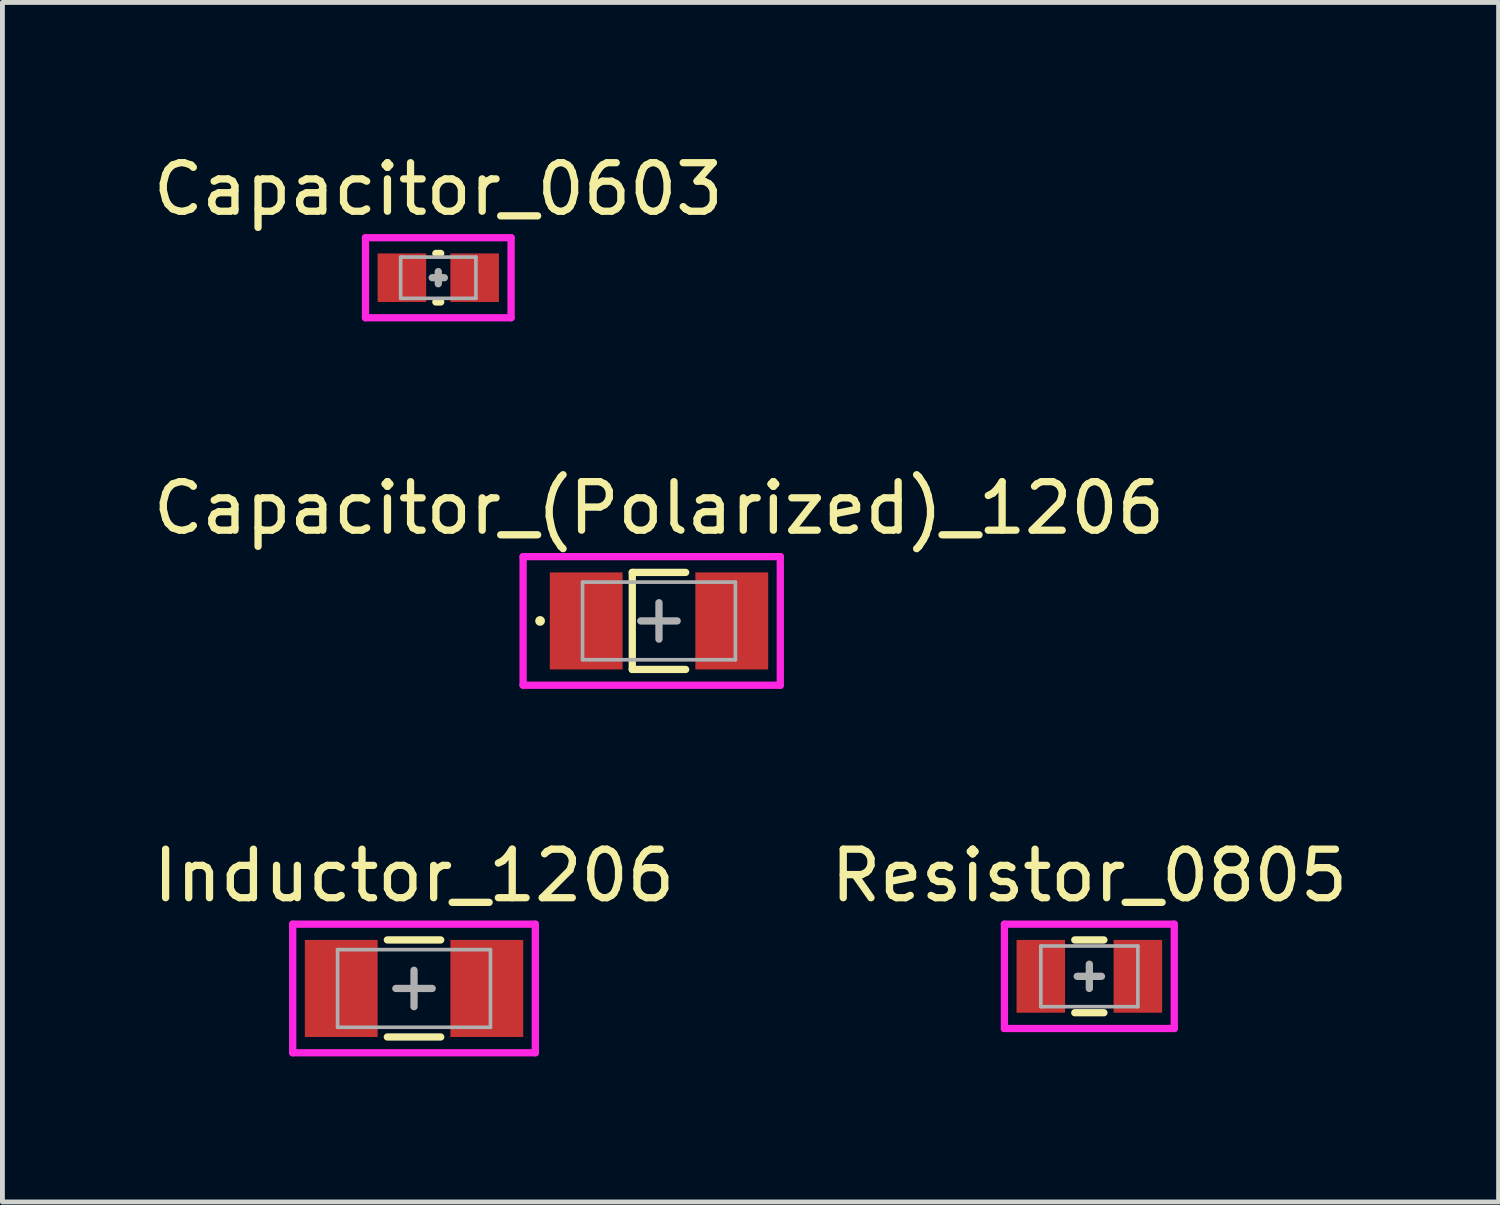
<source format=kicad_pcb>
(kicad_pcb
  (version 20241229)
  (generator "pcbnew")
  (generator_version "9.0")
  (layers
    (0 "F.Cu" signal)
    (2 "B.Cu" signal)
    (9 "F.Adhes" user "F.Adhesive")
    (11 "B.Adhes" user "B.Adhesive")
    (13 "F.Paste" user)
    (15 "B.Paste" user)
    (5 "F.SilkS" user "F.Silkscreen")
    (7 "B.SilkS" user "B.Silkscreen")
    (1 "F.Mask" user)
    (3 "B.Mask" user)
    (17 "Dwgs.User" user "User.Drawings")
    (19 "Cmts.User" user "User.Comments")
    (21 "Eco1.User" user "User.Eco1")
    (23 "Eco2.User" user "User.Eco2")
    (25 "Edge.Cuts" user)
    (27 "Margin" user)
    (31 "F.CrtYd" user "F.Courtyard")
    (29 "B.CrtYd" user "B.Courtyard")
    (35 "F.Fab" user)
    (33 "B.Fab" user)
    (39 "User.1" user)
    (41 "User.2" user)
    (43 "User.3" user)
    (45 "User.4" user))
  (footprint "Capacitor_(Polarized)_1206"
    (layer "F.Cu")
    (at 10.53 9.746)
    (property "Reference" "Capacitor_(Polarized)_1206" (at 0 -2.325 0) (layer "F.SilkS") (effects (font (size 1 1) (thickness 0.15))))
    (attr through_hole)
    (fp_line (start -2.45 0) (end -2.45 0) (stroke (width 0.2) (type solid)) (layer "F.SilkS"))
    (fp_line (start -0.55 -1) (end -0.55 1) (stroke (width 0.15) (type solid)) (layer "F.SilkS"))
    (fp_line (start -0.55 -1) (end 0.55 -1) (stroke (width 0.15) (type solid)) (layer "F.SilkS"))
    (fp_line (start -0.55 1) (end 0.55 1) (stroke (width 0.15) (type solid)) (layer "F.SilkS"))
    (fp_line (start -2.8 -1.325) (end -2.8 1.325) (stroke (width 0.15) (type solid)) (layer "F.CrtYd"))
    (fp_line (start -2.8 1.325) (end 2.5 1.325) (stroke (width 0.15) (type solid)) (layer "F.CrtYd"))
    (fp_line (start 2.5 -1.325) (end -2.8 -1.325) (stroke (width 0.15) (type solid)) (layer "F.CrtYd"))
    (fp_line (start 2.5 1.325) (end 2.5 -1.325) (stroke (width 0.15) (type solid)) (layer "F.CrtYd"))
    (fp_line (start -1.575 -0.8) (end -1.575 0.8) (stroke (width 0.075) (type solid)) (layer "F.Fab"))
    (fp_line (start -1.575 0.8) (end 1.575 0.8) (stroke (width 0.075) (type solid)) (layer "F.Fab"))
    (fp_line (start -0.375 0) (end 0.375 0) (stroke (width 0.15) (type solid)) (layer "F.Fab"))
    (fp_line (start 0 0.375) (end 0 -0.375) (stroke (width 0.15) (type solid)) (layer "F.Fab"))
    (fp_line (start 1.575 -0.8) (end -1.575 -0.8) (stroke (width 0.075) (type solid)) (layer "F.Fab"))
    (fp_line (start 1.575 0.8) (end 1.575 -0.8) (stroke (width 0.075) (type solid)) (layer "F.Fab"))
    (pad "1" smd rect (at -1.5 0) (size 1.5 2) (layers "F.Cu" "F.Mask" "F.Paste"))
    (pad "2" smd rect (at 1.5 0) (size 1.5 2) (layers "F.Cu" "F.Mask" "F.Paste")))
  (footprint "Resistor_0805"
    (layer "F.Cu")
    (at 19.399 17.07)
    (property "Reference" "Resistor_0805" (at 0 -2.075 0) (layer "F.SilkS") (effects (font (size 1 1) (thickness 0.15))))
    (attr through_hole)
    (fp_line (start -0.3 -0.75) (end 0.3 -0.75) (stroke (width 0.15) (type solid)) (layer "F.SilkS"))
    (fp_line (start -0.3 0.75) (end 0.3 0.75) (stroke (width 0.15) (type solid)) (layer "F.SilkS"))
    (fp_line (start -1.75 -1.075) (end -1.75 1.075) (stroke (width 0.15) (type solid)) (layer "F.CrtYd"))
    (fp_line (start -1.75 1.075) (end 1.75 1.075) (stroke (width 0.15) (type solid)) (layer "F.CrtYd"))
    (fp_line (start 1.75 -1.075) (end -1.75 -1.075) (stroke (width 0.15) (type solid)) (layer "F.CrtYd"))
    (fp_line (start 1.75 1.075) (end 1.75 -1.075) (stroke (width 0.15) (type solid)) (layer "F.CrtYd"))
    (fp_line (start -1 -0.625) (end -1 0.625) (stroke (width 0.075) (type solid)) (layer "F.Fab"))
    (fp_line (start -1 0.625) (end 1 0.625) (stroke (width 0.075) (type solid)) (layer "F.Fab"))
    (fp_line (start -0.25 0) (end 0.25 0) (stroke (width 0.15) (type solid)) (layer "F.Fab"))
    (fp_line (start 0 0.25) (end 0 -0.25) (stroke (width 0.15) (type solid)) (layer "F.Fab"))
    (fp_line (start 1 -0.625) (end -1 -0.625) (stroke (width 0.075) (type solid)) (layer "F.Fab"))
    (fp_line (start 1 0.625) (end 1 -0.625) (stroke (width 0.075) (type solid)) (layer "F.Fab"))
    (pad "1" smd rect (at -1 0) (size 1 1.5) (layers "F.Cu" "F.Mask" "F.Paste"))
    (pad "2" smd rect (at 1 0) (size 1 1.5) (layers "F.Cu" "F.Mask" "F.Paste")))
  (footprint "Capacitor_0603"
    (layer "F.Cu")
    (at 5.982 2.673)
    (property "Reference" "Capacitor_0603" (at 0 -1.825 0) (layer "F.SilkS") (effects (font (size 1 1) (thickness 0.15))))
    (attr through_hole)
    (fp_line (start -0.05 -0.5) (end 0.05 -0.5) (stroke (width 0.15) (type solid)) (layer "F.SilkS"))
    (fp_line (start -0.05 0.5) (end 0.05 0.5) (stroke (width 0.15) (type solid)) (layer "F.SilkS"))
    (fp_line (start -1.5 -0.825) (end -1.5 0.825) (stroke (width 0.15) (type solid)) (layer "F.CrtYd"))
    (fp_line (start -1.5 0.825) (end 1.5 0.825) (stroke (width 0.15) (type solid)) (layer "F.CrtYd"))
    (fp_line (start 1.5 -0.825) (end -1.5 -0.825) (stroke (width 0.15) (type solid)) (layer "F.CrtYd"))
    (fp_line (start 1.5 0.825) (end 1.5 -0.825) (stroke (width 0.15) (type solid)) (layer "F.CrtYd"))
    (fp_line (start -0.775 -0.425) (end -0.775 0.425) (stroke (width 0.075) (type solid)) (layer "F.Fab"))
    (fp_line (start -0.775 0.425) (end 0.775 0.425) (stroke (width 0.075) (type solid)) (layer "F.Fab"))
    (fp_line (start -0.125 0) (end 0.125 0) (stroke (width 0.15) (type solid)) (layer "F.Fab"))
    (fp_line (start 0 0.125) (end 0 -0.125) (stroke (width 0.15) (type solid)) (layer "F.Fab"))
    (fp_line (start 0.775 -0.425) (end -0.775 -0.425) (stroke (width 0.075) (type solid)) (layer "F.Fab"))
    (fp_line (start 0.775 0.425) (end 0.775 -0.425) (stroke (width 0.075) (type solid)) (layer "F.Fab"))
    (pad "1" smd rect (at -0.75 0) (size 1 1) (layers "F.Cu" "F.Mask" "F.Paste"))
    (pad "2" smd rect (at 0.75 0) (size 1 1) (layers "F.Cu" "F.Mask" "F.Paste")))
  (footprint "Inductor_1206"
    (layer "F.Cu")
    (at 5.482 17.32)
    (property "Reference" "Inductor_1206" (at 0 -2.325 0) (layer "F.SilkS") (effects (font (size 1 1) (thickness 0.15))))
    (attr through_hole)
    (fp_line (start -0.55 -1) (end 0.55 -1) (stroke (width 0.15) (type solid)) (layer "F.SilkS"))
    (fp_line (start -0.55 1) (end 0.55 1) (stroke (width 0.15) (type solid)) (layer "F.SilkS"))
    (fp_line (start -2.5 -1.325) (end -2.5 1.325) (stroke (width 0.15) (type solid)) (layer "F.CrtYd"))
    (fp_line (start -2.5 1.325) (end 2.5 1.325) (stroke (width 0.15) (type solid)) (layer "F.CrtYd"))
    (fp_line (start 2.5 -1.325) (end -2.5 -1.325) (stroke (width 0.15) (type solid)) (layer "F.CrtYd"))
    (fp_line (start 2.5 1.325) (end 2.5 -1.325) (stroke (width 0.15) (type solid)) (layer "F.CrtYd"))
    (fp_line (start -1.575 -0.8) (end -1.575 0.8) (stroke (width 0.075) (type solid)) (layer "F.Fab"))
    (fp_line (start -1.575 0.8) (end 1.575 0.8) (stroke (width 0.075) (type solid)) (layer "F.Fab"))
    (fp_line (start -0.375 0) (end 0.375 0) (stroke (width 0.15) (type solid)) (layer "F.Fab"))
    (fp_line (start 0 0.375) (end 0 -0.375) (stroke (width 0.15) (type solid)) (layer "F.Fab"))
    (fp_line (start 1.575 -0.8) (end -1.575 -0.8) (stroke (width 0.075) (type solid)) (layer "F.Fab"))
    (fp_line (start 1.575 0.8) (end 1.575 -0.8) (stroke (width 0.075) (type solid)) (layer "F.Fab"))
    (pad "1" smd rect (at -1.5 0) (size 1.5 2) (layers "F.Cu" "F.Mask" "F.Paste"))
    (pad "2" smd rect (at 1.5 0) (size 1.5 2) (layers "F.Cu" "F.Mask" "F.Paste")))
  (gr_rect
    (start -3 -3)
    (end 27.833 21.72)
    (stroke (width 0.1) (type default))
    (fill no)
    (layer "Edge.Cuts")))
</source>
